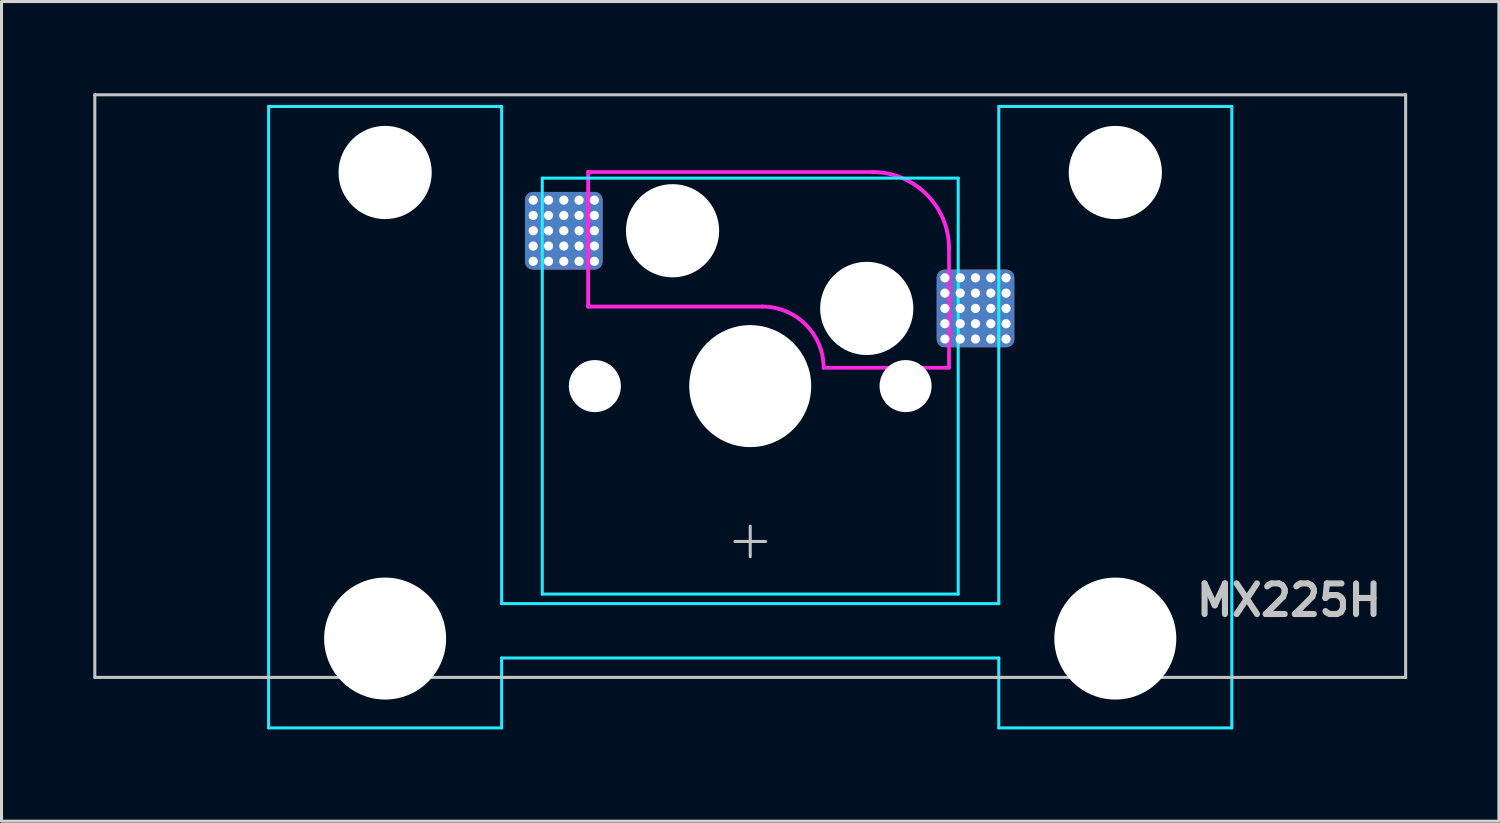
<source format=kicad_pcb>
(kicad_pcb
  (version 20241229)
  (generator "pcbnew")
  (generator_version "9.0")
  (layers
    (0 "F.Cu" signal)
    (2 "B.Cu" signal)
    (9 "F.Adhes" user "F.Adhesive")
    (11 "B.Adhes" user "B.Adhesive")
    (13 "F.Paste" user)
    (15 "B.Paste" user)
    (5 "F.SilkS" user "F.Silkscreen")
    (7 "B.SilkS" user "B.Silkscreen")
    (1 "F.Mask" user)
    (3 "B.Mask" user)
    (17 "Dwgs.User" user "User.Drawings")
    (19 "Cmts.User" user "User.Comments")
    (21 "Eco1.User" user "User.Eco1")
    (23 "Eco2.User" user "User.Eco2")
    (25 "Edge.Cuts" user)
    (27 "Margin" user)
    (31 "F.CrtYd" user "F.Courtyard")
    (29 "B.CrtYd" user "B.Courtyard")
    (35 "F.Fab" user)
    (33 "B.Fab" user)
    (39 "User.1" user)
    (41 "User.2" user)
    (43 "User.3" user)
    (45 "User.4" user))
  (footprint "MX225H"
    (layer "F.Cu")
    (at 21.481 9.575)
    (property "Reference" "MX225H" (at 20.75 7 0) (layer "Dwgs.User") (effects (font (size 1 1) (thickness 0.2)) (justify right)))
    (attr smd)
    (fp_line (start -21.431 -9.525) (end -21.431 9.525) (stroke (width 0.1) (type solid)) (layer "Dwgs.User"))
    (fp_line (start -21.431 -9.525) (end 21.431 -9.525) (stroke (width 0.1) (type solid)) (layer "Dwgs.User"))
    (fp_line (start -21.431 9.525) (end 21.431 9.525) (stroke (width 0.1) (type solid)) (layer "Dwgs.User"))
    (fp_line (start -0.5 5.08) (end 0.5 5.08) (stroke (width 0.1) (type solid)) (layer "Dwgs.User"))
    (fp_line (start 0 4.58) (end 0 5.58) (stroke (width 0.1) (type solid)) (layer "Dwgs.User"))
    (fp_line (start 21.431 -9.525) (end 21.431 9.525) (stroke (width 0.1) (type solid)) (layer "Dwgs.User"))
    (fp_line (start -15.438 -5.485) (end -15.438 8.515) (stroke (width 0.1) (type solid)) (layer "Eco1.User"))
    (fp_line (start -14.938 -5.985) (end -8.938 -5.985) (stroke (width 0.1) (type solid)) (layer "Eco1.User"))
    (fp_line (start -8.938 9.015) (end -14.938 9.015) (stroke (width 0.1) (type solid)) (layer "Eco1.User"))
    (fp_line (start -8.438 8.515) (end -8.438 -5.485) (stroke (width 0.1) (type solid)) (layer "Eco1.User"))
    (fp_line (start -7 -6.5) (end -7 6.5) (stroke (width 0.1) (type solid)) (layer "Eco1.User"))
    (fp_line (start -6.5 7) (end 6.5 7) (stroke (width 0.1) (type solid)) (layer "Eco1.User"))
    (fp_line (start 6.5 -7) (end -6.5 -7) (stroke (width 0.1) (type solid)) (layer "Eco1.User"))
    (fp_line (start 7 6.5) (end 7 -6.5) (stroke (width 0.1) (type solid)) (layer "Eco1.User"))
    (fp_line (start 8.438 -5.485) (end 8.438 8.515) (stroke (width 0.1) (type solid)) (layer "Eco1.User"))
    (fp_line (start 8.938 -5.985) (end 14.938 -5.985) (stroke (width 0.1) (type solid)) (layer "Eco1.User"))
    (fp_line (start 14.938 9.015) (end 8.938 9.015) (stroke (width 0.1) (type solid)) (layer "Eco1.User"))
    (fp_line (start 15.438 8.515) (end 15.438 -5.485) (stroke (width 0.1) (type solid)) (layer "Eco1.User"))
    (fp_arc (start -15.438 -5.485) (mid -15.291553 -5.838553) (end -14.938 -5.985) (stroke (width 0.1) (type solid)) (layer "Eco1.User"))
    (fp_arc (start -14.938 9.015) (mid -15.291553 8.868553) (end -15.438 8.515) (stroke (width 0.1) (type solid)) (layer "Eco1.User"))
    (fp_arc (start -8.938 -5.985) (mid -8.584447 -5.838553) (end -8.438 -5.485) (stroke (width 0.1) (type solid)) (layer "Eco1.User"))
    (fp_arc (start -8.438 8.515) (mid -8.584447 8.868553) (end -8.938 9.015) (stroke (width 0.1) (type solid)) (layer "Eco1.User"))
    (fp_arc (start -7 -6.5) (mid -6.853553 -6.853553) (end -6.5 -7) (stroke (width 0.1) (type solid)) (layer "Eco1.User"))
    (fp_arc (start -6.5 7) (mid -6.853553 6.853553) (end -7 6.5) (stroke (width 0.1) (type solid)) (layer "Eco1.User"))
    (fp_arc (start 6.5 -7) (mid 6.853553 -6.853553) (end 7 -6.5) (stroke (width 0.1) (type solid)) (layer "Eco1.User"))
    (fp_arc (start 7 6.5) (mid 6.853553 6.853553) (end 6.5 7) (stroke (width 0.1) (type solid)) (layer "Eco1.User"))
    (fp_arc (start 8.438 -5.485) (mid 8.584447 -5.838553) (end 8.938 -5.985) (stroke (width 0.1) (type solid)) (layer "Eco1.User"))
    (fp_arc (start 8.938 9.015) (mid 8.584447 8.868553) (end 8.438 8.515) (stroke (width 0.1) (type solid)) (layer "Eco1.User"))
    (fp_arc (start 14.938 -5.985) (mid 15.291553 -5.838553) (end 15.438 -5.485) (stroke (width 0.1) (type solid)) (layer "Eco1.User"))
    (fp_arc (start 15.438 8.515) (mid 15.291553 8.868553) (end 14.938 9.015) (stroke (width 0.1) (type solid)) (layer "Eco1.User"))
    (fp_line (start -15.748 -9.144) (end -15.748 11.176) (stroke (width 0.1) (type solid)) (layer "B.CrtYd"))
    (fp_line (start -15.748 11.176) (end -8.128 11.176) (stroke (width 0.1) (type solid)) (layer "B.CrtYd"))
    (fp_line (start -8.128 -9.144) (end -15.748 -9.144) (stroke (width 0.1) (type solid)) (layer "B.CrtYd"))
    (fp_line (start -8.128 7.112) (end -8.128 -9.144) (stroke (width 0.1) (type solid)) (layer "B.CrtYd"))
    (fp_line (start -8.128 7.112) (end 8.128 7.112) (stroke (width 0.1) (type solid)) (layer "B.CrtYd"))
    (fp_line (start -8.128 8.89) (end -8.128 11.176) (stroke (width 0.1) (type solid)) (layer "B.CrtYd"))
    (fp_line (start -8.128 8.89) (end 8.128 8.89) (stroke (width 0.1) (type solid)) (layer "B.CrtYd"))
    (fp_line (start -6.8 -6.8) (end -6.8 6.8) (stroke (width 0.1) (type solid)) (layer "B.CrtYd"))
    (fp_line (start 6.8 -6.8) (end -6.8 -6.8) (stroke (width 0.1) (type solid)) (layer "B.CrtYd"))
    (fp_line (start 6.8 -6.8) (end 6.8 6.8) (stroke (width 0.1) (type solid)) (layer "B.CrtYd"))
    (fp_line (start 6.8 6.8) (end -6.8 6.8) (stroke (width 0.1) (type solid)) (layer "B.CrtYd"))
    (fp_line (start 8.128 -9.144) (end 15.748 -9.144) (stroke (width 0.1) (type solid)) (layer "B.CrtYd"))
    (fp_line (start 8.128 7.112) (end 8.128 -9.142) (stroke (width 0.1) (type solid)) (layer "B.CrtYd"))
    (fp_line (start 8.128 8.89) (end 8.128 11.176) (stroke (width 0.1) (type solid)) (layer "B.CrtYd"))
    (fp_line (start 15.748 11.176) (end 8.128 11.176) (stroke (width 0.1) (type solid)) (layer "B.CrtYd"))
    (fp_line (start 15.748 11.176) (end 15.748 -9.144) (stroke (width 0.1) (type solid)) (layer "B.CrtYd"))
    (fp_line (start -5.3 -7) (end -5.3 -2.6) (stroke (width 0.127) (type solid)) (layer "F.CrtYd"))
    (fp_line (start -5.2 -7) (end -5.3 -7) (stroke (width 0.12) (type solid)) (layer "F.CrtYd"))
    (fp_line (start 0.4 -2.6) (end -5.3 -2.6) (stroke (width 0.127) (type solid)) (layer "F.CrtYd"))
    (fp_line (start 4 -7) (end -5.2 -7) (stroke (width 0.12) (type solid)) (layer "F.CrtYd"))
    (fp_line (start 6.5 -4.5) (end 6.5 -0.6) (stroke (width 0.12) (type solid)) (layer "F.CrtYd"))
    (fp_line (start 6.5 -0.6) (end 2.4 -0.6) (stroke (width 0.12) (type solid)) (layer "F.CrtYd"))
    (fp_arc (start 0.4 -2.6) (mid 1.814214 -2.014214) (end 2.4 -0.6) (stroke (width 0.127) (type solid)) (layer "F.CrtYd"))
    (fp_arc (start 4 -7) (mid 5.767767 -6.267767) (end 6.5 -4.5) (stroke (width 0.127) (type solid)) (layer "F.CrtYd"))
    (pad "" np_thru_hole circle (at -11.938 -6.985) (size 3.048 3.048) (drill 3.048) (layers "*.Cu" "*.Mask"))
    (pad "" np_thru_hole circle (at -11.938 8.255) (size 3.988 3.988) (drill 3.988) (layers "*.Cu" "*.Mask"))
    (pad "" np_thru_hole circle (at -5.08 0) (size 1.702 1.702) (drill 1.702) (layers "*.Cu" "*.Mask"))
    (pad "" np_thru_hole circle (at -2.54 -5.08) (size 3.048 3.048) (drill 3.048) (layers "*.Cu" "*.Mask"))
    (pad "" np_thru_hole circle (at 0 0) (size 3.988 3.988) (drill 3.988) (layers "*.Cu" "*.Mask"))
    (pad "" np_thru_hole circle (at 3.81 -2.54) (size 3.048 3.048) (drill 3.048) (layers "*.Cu" "*.Mask"))
    (pad "" np_thru_hole circle (at 5.08 0) (size 1.702 1.702) (drill 1.702) (layers "*.Cu" "*.Mask"))
    (pad "" np_thru_hole circle (at 11.938 -6.985) (size 3.048 3.048) (drill 3.048) (layers "*.Cu" "*.Mask"))
    (pad "" np_thru_hole circle (at 11.938 8.255) (size 3.988 3.988) (drill 3.988) (layers "*.Cu" "*.Mask"))
    (pad "1" thru_hole circle (at -7.096 -6.08) (size 0.3 0.3) (drill 0.3) (layers "*.Cu" "F.Mask"))
    (pad "1" thru_hole circle (at -7.096 -5.58) (size 0.3 0.3) (drill 0.3) (layers "*.Cu" "F.Mask"))
    (pad "1" thru_hole circle (at -7.096 -5.08) (size 0.3 0.3) (drill 0.3) (layers "*.Cu" "F.Mask"))
    (pad "1" thru_hole circle (at -7.096 -4.58) (size 0.3 0.3) (drill 0.3) (layers "*.Cu" "F.Mask"))
    (pad "1" thru_hole circle (at -7.096 -4.08) (size 0.3 0.3) (drill 0.3) (layers "*.Cu" "F.Mask"))
    (pad "1" thru_hole circle (at -6.596 -6.08) (size 0.3 0.3) (drill 0.3) (layers "*.Cu" "F.Mask"))
    (pad "1" thru_hole circle (at -6.596 -5.58) (size 0.3 0.3) (drill 0.3) (layers "*.Cu" "F.Mask"))
    (pad "1" thru_hole circle (at -6.596 -5.08) (size 0.3 0.3) (drill 0.3) (layers "*.Cu" "F.Mask"))
    (pad "1" thru_hole circle (at -6.596 -4.58) (size 0.3 0.3) (drill 0.3) (layers "*.Cu" "F.Mask"))
    (pad "1" thru_hole circle (at -6.596 -4.08) (size 0.3 0.3) (drill 0.3) (layers "*.Cu" "F.Mask"))
    (pad "1" thru_hole circle (at -6.096 -6.08) (size 0.3 0.3) (drill 0.3) (layers "*.Cu" "F.Mask"))
    (pad "1" thru_hole circle (at -6.096 -5.58) (size 0.3 0.3) (drill 0.3) (layers "*.Cu" "F.Mask"))
    (pad "1" thru_hole circle (at -6.096 -5.08) (size 0.3 0.3) (drill 0.3) (layers "*.Cu" "F.Mask"))
    (pad "1" smd roundrect (at -6.096 -5.08) (size 2.54 2.54) (layers "F.Cu" "F.Mask") (roundrect_rratio 0.1))
    (pad "1" smd roundrect (at -6.096 -5.08) (size 2.54 2.54) (layers "B.Cu") (roundrect_rratio 0.1))
    (pad "1" thru_hole circle (at -6.096 -4.58) (size 0.3 0.3) (drill 0.3) (layers "*.Cu" "F.Mask"))
    (pad "1" thru_hole circle (at -6.096 -4.08) (size 0.3 0.3) (drill 0.3) (layers "*.Cu" "F.Mask"))
    (pad "1" thru_hole circle (at -5.596 -6.08) (size 0.3 0.3) (drill 0.3) (layers "*.Cu" "F.Mask"))
    (pad "1" thru_hole circle (at -5.596 -5.58) (size 0.3 0.3) (drill 0.3) (layers "*.Cu" "F.Mask"))
    (pad "1" thru_hole circle (at -5.596 -5.08) (size 0.3 0.3) (drill 0.3) (layers "*.Cu" "F.Mask"))
    (pad "1" thru_hole circle (at -5.596 -4.58) (size 0.3 0.3) (drill 0.3) (layers "*.Cu" "F.Mask"))
    (pad "1" thru_hole circle (at -5.596 -4.08) (size 0.3 0.3) (drill 0.3) (layers "*.Cu" "F.Mask"))
    (pad "1" thru_hole circle (at -5.096 -6.08) (size 0.3 0.3) (drill 0.3) (layers "*.Cu" "F.Mask"))
    (pad "1" thru_hole circle (at -5.096 -5.58) (size 0.3 0.3) (drill 0.3) (layers "*.Cu" "F.Mask"))
    (pad "1" thru_hole circle (at -5.096 -5.08) (size 0.3 0.3) (drill 0.3) (layers "*.Cu" "F.Mask"))
    (pad "1" thru_hole circle (at -5.096 -4.58) (size 0.3 0.3) (drill 0.3) (layers "*.Cu" "F.Mask"))
    (pad "1" thru_hole circle (at -5.096 -4.08) (size 0.3 0.3) (drill 0.3) (layers "*.Cu" "F.Mask"))
    (pad "2" thru_hole circle (at 6.366 -3.54) (size 0.3 0.3) (drill 0.3) (layers "*.Cu" "F.Mask"))
    (pad "2" thru_hole circle (at 6.366 -3.04) (size 0.3 0.3) (drill 0.3) (layers "*.Cu" "F.Mask"))
    (pad "2" thru_hole circle (at 6.366 -2.54) (size 0.3 0.3) (drill 0.3) (layers "*.Cu" "F.Mask"))
    (pad "2" thru_hole circle (at 6.366 -2.04) (size 0.3 0.3) (drill 0.3) (layers "*.Cu" "F.Mask"))
    (pad "2" thru_hole circle (at 6.366 -1.54) (size 0.3 0.3) (drill 0.3) (layers "*.Cu" "F.Mask"))
    (pad "2" thru_hole circle (at 6.866 -3.54) (size 0.3 0.3) (drill 0.3) (layers "*.Cu" "F.Mask"))
    (pad "2" thru_hole circle (at 6.866 -3.04) (size 0.3 0.3) (drill 0.3) (layers "*.Cu" "F.Mask"))
    (pad "2" thru_hole circle (at 6.866 -2.54) (size 0.3 0.3) (drill 0.3) (layers "*.Cu" "F.Mask"))
    (pad "2" thru_hole circle (at 6.866 -2.04) (size 0.3 0.3) (drill 0.3) (layers "*.Cu" "F.Mask"))
    (pad "2" thru_hole circle (at 6.866 -1.54) (size 0.3 0.3) (drill 0.3) (layers "*.Cu" "F.Mask"))
    (pad "2" thru_hole circle (at 7.366 -3.54) (size 0.3 0.3) (drill 0.3) (layers "*.Cu" "F.Mask"))
    (pad "2" thru_hole circle (at 7.366 -3.04) (size 0.3 0.3) (drill 0.3) (layers "*.Cu" "F.Mask"))
    (pad "2" thru_hole circle (at 7.366 -2.54) (size 0.3 0.3) (drill 0.3) (layers "*.Cu" "F.Mask"))
    (pad "2" smd roundrect (at 7.366 -2.54) (size 2.54 2.54) (layers "F.Cu" "F.Mask") (roundrect_rratio 0.1))
    (pad "2" smd roundrect (at 7.366 -2.54) (size 2.54 2.54) (layers "B.Cu") (roundrect_rratio 0.1))
    (pad "2" thru_hole circle (at 7.366 -2.04) (size 0.3 0.3) (drill 0.3) (layers "*.Cu" "F.Mask"))
    (pad "2" thru_hole circle (at 7.366 -1.54) (size 0.3 0.3) (drill 0.3) (layers "*.Cu" "F.Mask"))
    (pad "2" thru_hole circle (at 7.866 -3.54) (size 0.3 0.3) (drill 0.3) (layers "*.Cu" "F.Mask"))
    (pad "2" thru_hole circle (at 7.866 -3.04) (size 0.3 0.3) (drill 0.3) (layers "*.Cu" "F.Mask"))
    (pad "2" thru_hole circle (at 7.866 -2.54) (size 0.3 0.3) (drill 0.3) (layers "*.Cu" "F.Mask"))
    (pad "2" thru_hole circle (at 7.866 -2.04) (size 0.3 0.3) (drill 0.3) (layers "*.Cu" "F.Mask"))
    (pad "2" thru_hole circle (at 7.866 -1.54) (size 0.3 0.3) (drill 0.3) (layers "*.Cu" "F.Mask"))
    (pad "2" thru_hole circle (at 8.366 -3.54) (size 0.3 0.3) (drill 0.3) (layers "*.Cu" "F.Mask"))
    (pad "2" thru_hole circle (at 8.366 -3.04) (size 0.3 0.3) (drill 0.3) (layers "*.Cu" "F.Mask"))
    (pad "2" thru_hole circle (at 8.366 -2.54) (size 0.3 0.3) (drill 0.3) (layers "*.Cu" "F.Mask"))
    (pad "2" thru_hole circle (at 8.366 -2.04) (size 0.3 0.3) (drill 0.3) (layers "*.Cu" "F.Mask"))
    (pad "2" thru_hole circle (at 8.366 -1.54) (size 0.3 0.3) (drill 0.3) (layers "*.Cu" "F.Mask")))
  (gr_rect
    (start -3 -3)
    (end 45.962 23.801)
    (stroke (width 0.1) (type default))
    (fill no)
    (layer "Edge.Cuts")))
</source>
